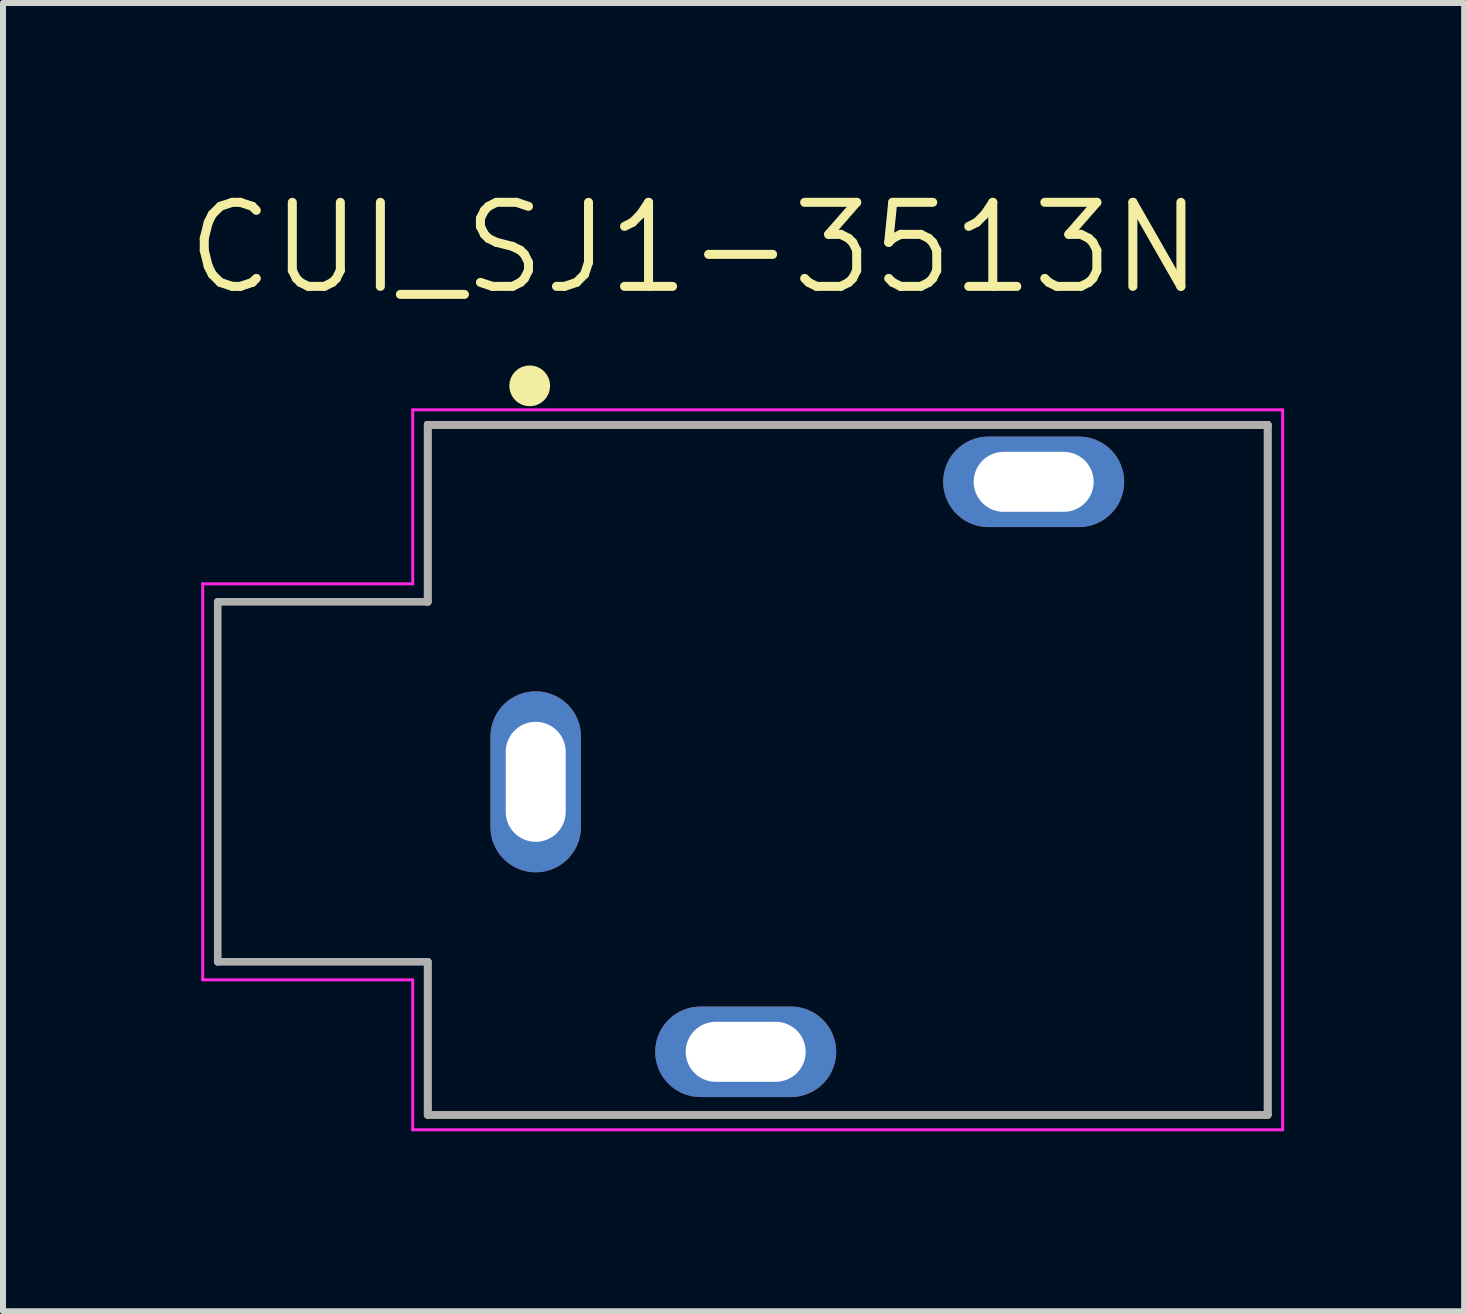
<source format=kicad_pcb>
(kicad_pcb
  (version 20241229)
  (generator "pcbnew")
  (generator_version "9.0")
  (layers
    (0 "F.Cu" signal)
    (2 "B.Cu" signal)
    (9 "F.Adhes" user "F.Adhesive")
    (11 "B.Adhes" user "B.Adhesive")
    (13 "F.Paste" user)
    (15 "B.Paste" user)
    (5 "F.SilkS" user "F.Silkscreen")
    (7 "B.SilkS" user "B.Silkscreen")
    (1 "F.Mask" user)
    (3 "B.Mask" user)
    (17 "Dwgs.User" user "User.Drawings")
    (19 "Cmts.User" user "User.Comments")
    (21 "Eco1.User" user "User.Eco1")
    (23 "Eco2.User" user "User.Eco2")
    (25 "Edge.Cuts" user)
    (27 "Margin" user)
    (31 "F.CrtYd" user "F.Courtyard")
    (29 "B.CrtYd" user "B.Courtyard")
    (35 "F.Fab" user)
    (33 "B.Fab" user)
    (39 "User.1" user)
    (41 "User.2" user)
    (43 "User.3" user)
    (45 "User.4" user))
  (footprint "CUI_SJ1-3513N"
    (layer "F.Cu")
    (at 5.879 9.981)
    (property "Reference" "CUI_SJ1-3513N" (at 2.648 -8.898 0) (layer "F.SilkS") (effects (font (size 1.401 1.401) (thickness 0.15))))
    (attr through_hole)
    (fp_line (start -1.8 -5.95) (end 12.2 -5.95) (stroke (width 0.127) (type solid)) (layer "F.SilkS"))
    (fp_line (start -1.8 -3) (end -1.8 -5.95) (stroke (width 0.127) (type solid)) (layer "F.SilkS"))
    (fp_line (start -1.8 5.55) (end -1.8 3) (stroke (width 0.127) (type solid)) (layer "F.SilkS"))
    (fp_line (start 12.2 -5.95) (end 12.2 5.55) (stroke (width 0.127) (type solid)) (layer "F.SilkS"))
    (fp_line (start 12.2 5.55) (end -1.8 5.55) (stroke (width 0.127) (type solid)) (layer "F.SilkS"))
    (fp_circle (center -0.1 -6.6) (end 0.07 -6.6) (stroke (width 0.34) (type solid)) (fill no) (layer "F.SilkS"))
    (fp_line (start -5.55 -3.3) (end -5.55 3.3) (stroke (width 0.05) (type solid)) (layer "F.CrtYd"))
    (fp_line (start -5.55 3.3) (end -2.05 3.3) (stroke (width 0.05) (type solid)) (layer "F.CrtYd"))
    (fp_line (start -2.05 -6.2) (end -2.05 -3.3) (stroke (width 0.05) (type solid)) (layer "F.CrtYd"))
    (fp_line (start -2.05 -3.3) (end -5.55 -3.3) (stroke (width 0.05) (type solid)) (layer "F.CrtYd"))
    (fp_line (start -2.05 3.3) (end -2.05 5.8) (stroke (width 0.05) (type solid)) (layer "F.CrtYd"))
    (fp_line (start -2.05 5.8) (end 12.45 5.8) (stroke (width 0.05) (type solid)) (layer "F.CrtYd"))
    (fp_line (start 12.45 -6.2) (end -2.05 -6.2) (stroke (width 0.05) (type solid)) (layer "F.CrtYd"))
    (fp_line (start 12.45 5.8) (end 12.45 -6.2) (stroke (width 0.05) (type solid)) (layer "F.CrtYd"))
    (fp_line (start -5.3 -3) (end -5.3 3) (stroke (width 0.127) (type solid)) (layer "F.Fab"))
    (fp_line (start -5.3 3) (end -1.8 3) (stroke (width 0.127) (type solid)) (layer "F.Fab"))
    (fp_line (start -1.8 -5.95) (end -1.8 -3) (stroke (width 0.127) (type solid)) (layer "F.Fab"))
    (fp_line (start -1.8 -3) (end -5.3 -3) (stroke (width 0.127) (type solid)) (layer "F.Fab"))
    (fp_line (start -1.8 3) (end -1.8 5.55) (stroke (width 0.127) (type solid)) (layer "F.Fab"))
    (fp_line (start -1.8 5.55) (end 12.2 5.55) (stroke (width 0.127) (type solid)) (layer "F.Fab"))
    (fp_line (start 12.2 -5.95) (end -1.8 -5.95) (stroke (width 0.127) (type solid)) (layer "F.Fab"))
    (fp_line (start 12.2 5.55) (end 12.2 -5.95) (stroke (width 0.127) (type solid)) (layer "F.Fab"))
    (pad "1" thru_hole oval (at 0 0) (size 1.508 3.016) (drill oval 1 2) (layers "*.Cu" "*.Mask"))
    (pad "2" thru_hole oval (at 3.5 4.5) (size 3.016 1.508) (drill oval 2 1) (layers "*.Cu" "*.Mask"))
    (pad "3" thru_hole oval (at 8.3 -5) (size 3.016 1.508) (drill oval 2 1) (layers "*.Cu" "*.Mask")))
  (gr_rect
    (start -3 -3)
    (end 21.354 18.806)
    (stroke (width 0.1) (type default))
    (fill no)
    (layer "Edge.Cuts")))
</source>
